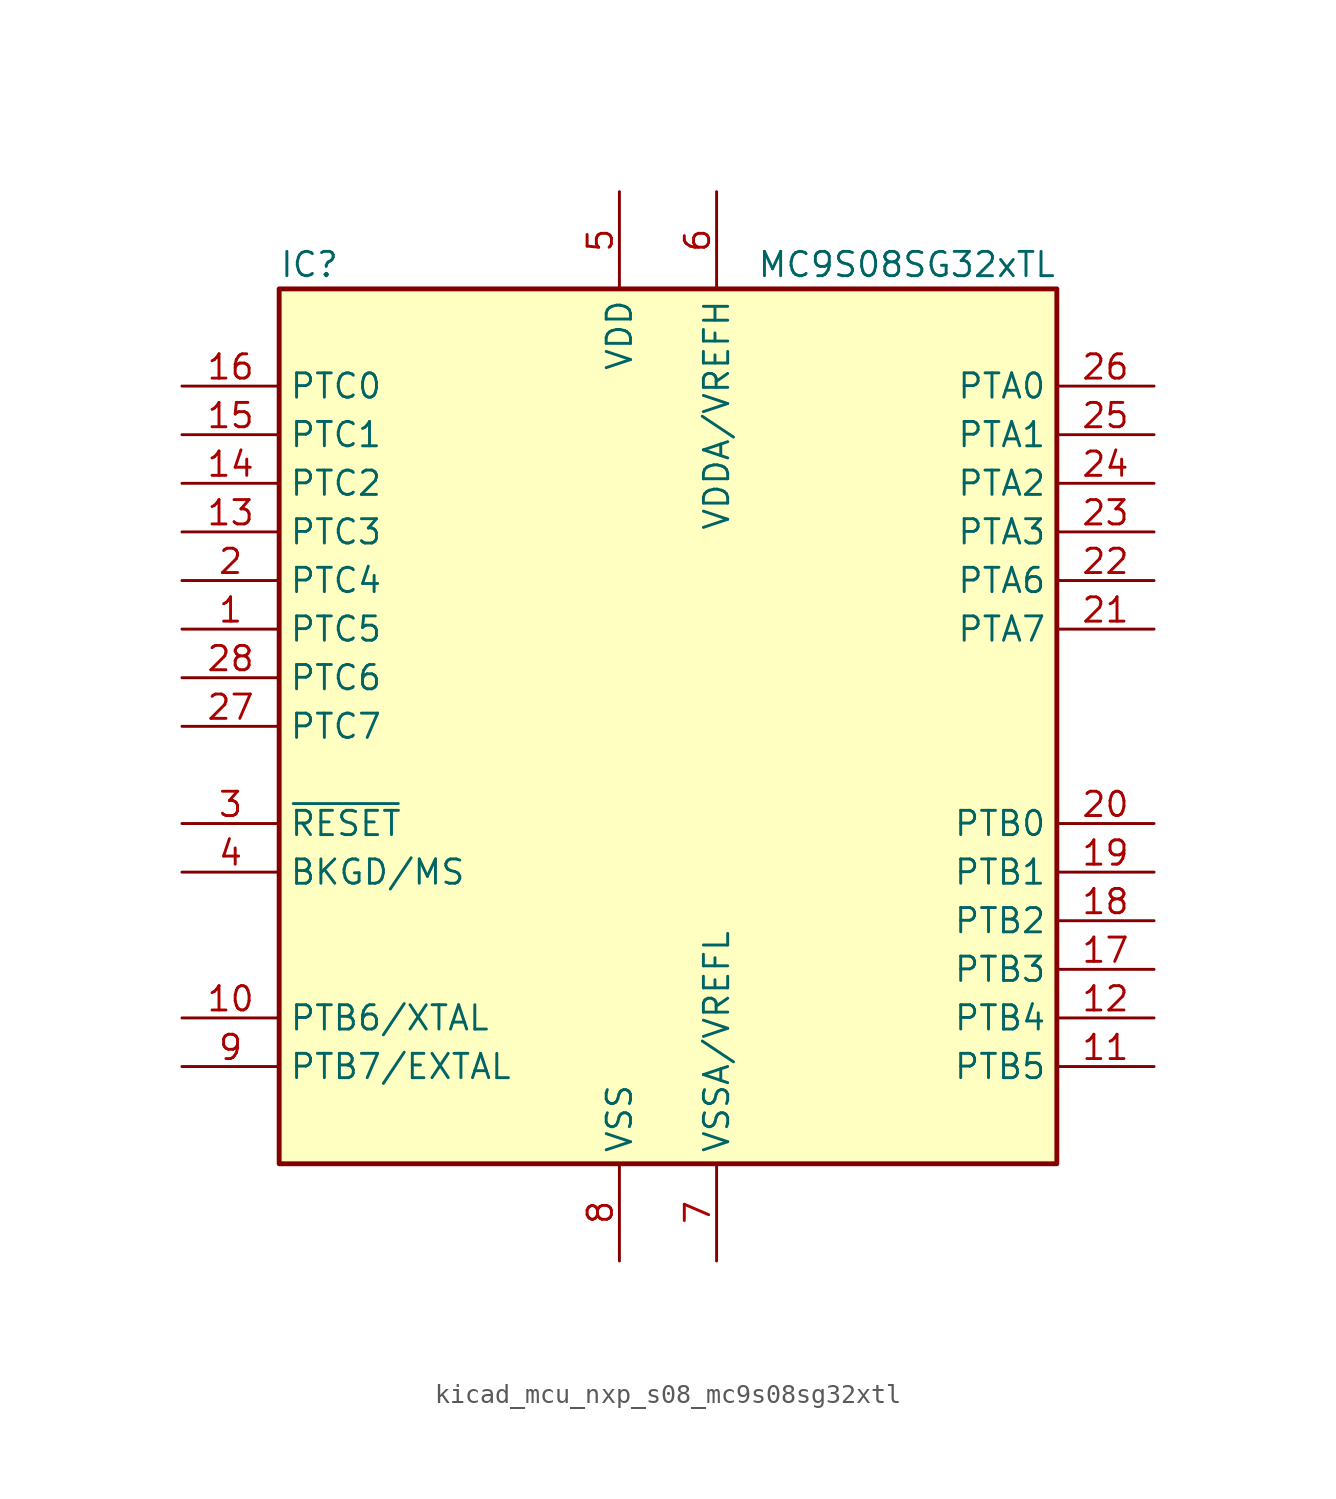
<source format=kicad_sym>
(kicad_symbol_lib
  (version 20220914)
  (generator kicad_symbol_editor)
  (symbol "kicad_mcu_nxp_s08_mc9s08sg32xtl"
    (property "Reference" "IC"
      (at -20.32 24.13 0)
      (effects (font (size 1.27 1.27)) (justify left)))
    (property "Value" "MC9S08SG32xTL"
      (at 20.32 24.13 0)
      (effects (font (size 1.27 1.27)) (justify right)))
    (symbol "kicad_mcu_nxp_s08_mc9s08sg32xtl_0_1"
      (rectangle (start -20.32 22.86) (end 20.32 -22.86) (stroke (width 0.254) (type default)) (fill (type background))))
    (symbol "kicad_mcu_nxp_s08_mc9s08sg32xtl_1_1"
      (pin bidirectional line (at -25.4 5.08 0) (length 5.08) (name "PTC5" (effects (font (size 1.27 1.27)))) (number "1" (effects (font (size 1.27 1.27)))))
      (pin bidirectional line (at -25.4 -15.24 0) (length 5.08) (name "PTB6/XTAL" (effects (font (size 1.27 1.27)))) (number "10" (effects (font (size 1.27 1.27)))))
      (pin bidirectional line (at 25.4 -17.78 180) (length 5.08) (name "PTB5" (effects (font (size 1.27 1.27)))) (number "11" (effects (font (size 1.27 1.27)))))
      (pin bidirectional line (at 25.4 -15.24 180) (length 5.08) (name "PTB4" (effects (font (size 1.27 1.27)))) (number "12" (effects (font (size 1.27 1.27)))))
      (pin bidirectional line (at -25.4 10.16 0) (length 5.08) (name "PTC3" (effects (font (size 1.27 1.27)))) (number "13" (effects (font (size 1.27 1.27)))))
      (pin bidirectional line (at -25.4 12.7 0) (length 5.08) (name "PTC2" (effects (font (size 1.27 1.27)))) (number "14" (effects (font (size 1.27 1.27)))))
      (pin bidirectional line (at -25.4 15.24 0) (length 5.08) (name "PTC1" (effects (font (size 1.27 1.27)))) (number "15" (effects (font (size 1.27 1.27)))))
      (pin bidirectional line (at -25.4 17.78 0) (length 5.08) (name "PTC0" (effects (font (size 1.27 1.27)))) (number "16" (effects (font (size 1.27 1.27)))))
      (pin bidirectional line (at 25.4 -12.7 180) (length 5.08) (name "PTB3" (effects (font (size 1.27 1.27)))) (number "17" (effects (font (size 1.27 1.27)))))
      (pin bidirectional line (at 25.4 -10.16 180) (length 5.08) (name "PTB2" (effects (font (size 1.27 1.27)))) (number "18" (effects (font (size 1.27 1.27)))))
      (pin bidirectional line (at 25.4 -7.62 180) (length 5.08) (name "PTB1" (effects (font (size 1.27 1.27)))) (number "19" (effects (font (size 1.27 1.27)))))
      (pin bidirectional line (at -25.4 7.62 0) (length 5.08) (name "PTC4" (effects (font (size 1.27 1.27)))) (number "2" (effects (font (size 1.27 1.27)))))
      (pin bidirectional line (at 25.4 -5.08 180) (length 5.08) (name "PTB0" (effects (font (size 1.27 1.27)))) (number "20" (effects (font (size 1.27 1.27)))))
      (pin bidirectional line (at 25.4 5.08 180) (length 5.08) (name "PTA7" (effects (font (size 1.27 1.27)))) (number "21" (effects (font (size 1.27 1.27)))))
      (pin bidirectional line (at 25.4 7.62 180) (length 5.08) (name "PTA6" (effects (font (size 1.27 1.27)))) (number "22" (effects (font (size 1.27 1.27)))))
      (pin bidirectional line (at 25.4 10.16 180) (length 5.08) (name "PTA3" (effects (font (size 1.27 1.27)))) (number "23" (effects (font (size 1.27 1.27)))))
      (pin bidirectional line (at 25.4 12.7 180) (length 5.08) (name "PTA2" (effects (font (size 1.27 1.27)))) (number "24" (effects (font (size 1.27 1.27)))))
      (pin bidirectional line (at 25.4 15.24 180) (length 5.08) (name "PTA1" (effects (font (size 1.27 1.27)))) (number "25" (effects (font (size 1.27 1.27)))))
      (pin bidirectional line (at 25.4 17.78 180) (length 5.08) (name "PTA0" (effects (font (size 1.27 1.27)))) (number "26" (effects (font (size 1.27 1.27)))))
      (pin bidirectional line (at -25.4 0 0) (length 5.08) (name "PTC7" (effects (font (size 1.27 1.27)))) (number "27" (effects (font (size 1.27 1.27)))))
      (pin bidirectional line (at -25.4 2.54 0) (length 5.08) (name "PTC6" (effects (font (size 1.27 1.27)))) (number "28" (effects (font (size 1.27 1.27)))))
      (pin input line (at -25.4 -5.08 0) (length 5.08) (name "~{RESET}" (effects (font (size 1.27 1.27)))) (number "3" (effects (font (size 1.27 1.27)))))
      (pin bidirectional line (at -25.4 -7.62 0) (length 5.08) (name "BKGD/MS" (effects (font (size 1.27 1.27)))) (number "4" (effects (font (size 1.27 1.27)))))
      (pin power_in line (at -2.54 27.94 270) (length 5.08) (name "VDD" (effects (font (size 1.27 1.27)))) (number "5" (effects (font (size 1.27 1.27)))))
      (pin power_in line (at 2.54 27.94 270) (length 5.08) (name "VDDA/VREFH" (effects (font (size 1.27 1.27)))) (number "6" (effects (font (size 1.27 1.27)))))
      (pin power_in line (at 2.54 -27.94 90) (length 5.08) (name "VSSA/VREFL" (effects (font (size 1.27 1.27)))) (number "7" (effects (font (size 1.27 1.27)))))
      (pin power_in line (at -2.54 -27.94 90) (length 5.08) (name "VSS" (effects (font (size 1.27 1.27)))) (number "8" (effects (font (size 1.27 1.27)))))
      (pin bidirectional line (at -25.4 -17.78 0) (length 5.08) (name "PTB7/EXTAL" (effects (font (size 1.27 1.27)))) (number "9" (effects (font (size 1.27 1.27))))))))
</source>
